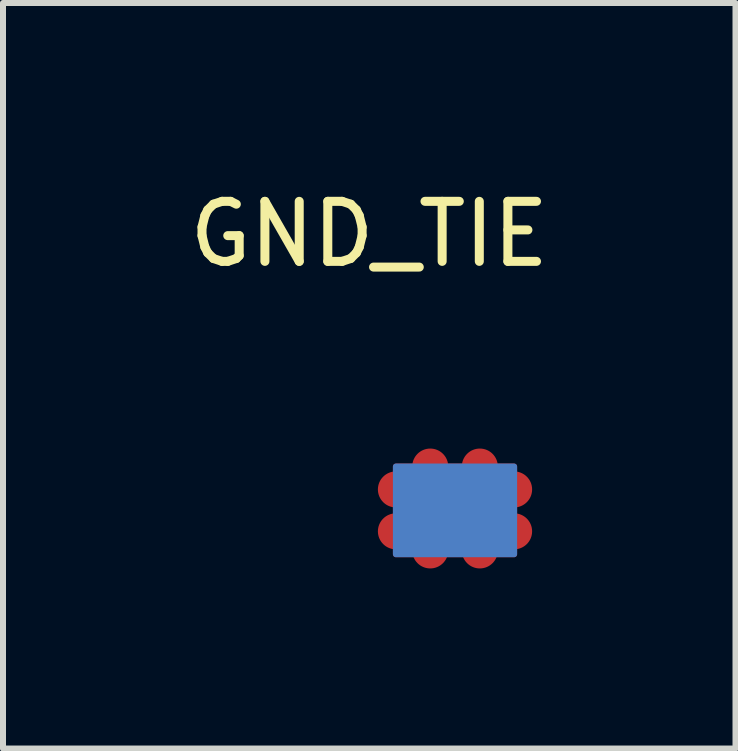
<source format=kicad_pcb>
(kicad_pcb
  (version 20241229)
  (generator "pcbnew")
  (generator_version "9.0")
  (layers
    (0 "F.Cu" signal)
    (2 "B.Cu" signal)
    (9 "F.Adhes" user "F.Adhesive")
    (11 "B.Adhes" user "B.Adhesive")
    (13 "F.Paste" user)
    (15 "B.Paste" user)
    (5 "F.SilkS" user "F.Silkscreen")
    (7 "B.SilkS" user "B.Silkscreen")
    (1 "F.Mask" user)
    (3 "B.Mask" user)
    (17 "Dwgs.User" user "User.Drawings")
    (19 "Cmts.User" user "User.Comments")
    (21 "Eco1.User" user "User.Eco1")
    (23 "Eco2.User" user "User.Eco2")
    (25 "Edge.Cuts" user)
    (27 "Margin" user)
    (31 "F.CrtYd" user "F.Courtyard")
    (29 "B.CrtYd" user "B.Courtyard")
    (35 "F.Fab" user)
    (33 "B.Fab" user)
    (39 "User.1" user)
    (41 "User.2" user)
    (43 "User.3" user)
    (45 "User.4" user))
  (footprint "GND_TIE"
    (layer "F.Cu")
    (at 4.117 4.722)
    (property "Reference" "GND_TIE" (at -1.016 -3.873 0) (layer "F.SilkS") (effects (font (size 1 1) (thickness 0.15))))
    (attr through_hole)
    (fp_poly (pts (xy 1.397 1.46) (xy -0.572 1.46) (xy -0.572 0) (xy 1.397 0)) (stroke (width 0.1) (type solid)) (fill yes) (layer "F.Cu"))
    (fp_poly (pts (xy 1.397 1.46) (xy -0.572 1.46) (xy -0.572 0) (xy 1.397 0)) (stroke (width 0.1) (type solid)) (fill yes) (layer "B.Cu"))
    (pad "1" smd circle (at -0.572 0.381) (size 0.6 0.6) (layers "F.Cu" "F.Mask" "F.Paste"))
    (pad "1" smd circle (at -0.572 1.079) (size 0.6 0.6) (layers "F.Cu" "F.Mask" "F.Paste"))
    (pad "1" smd circle (at 0 0) (size 0.6 0.6) (layers "F.Cu" "F.Mask" "F.Paste"))
    (pad "1" smd circle (at 0 0.699) (size 0.6 0.6) (layers "F.Cu" "F.Mask" "F.Paste"))
    (pad "1" smd circle (at 0 1.397) (size 0.6 0.6) (layers "F.Cu" "F.Mask" "F.Paste"))
    (pad "2" smd circle (at 0.826 0) (size 0.6 0.6) (layers "F.Cu" "F.Mask" "F.Paste"))
    (pad "2" smd circle (at 0.826 0.699) (size 0.6 0.6) (layers "F.Cu" "F.Mask" "F.Paste"))
    (pad "2" smd circle (at 0.826 1.397) (size 0.6 0.6) (layers "F.Cu" "F.Mask" "F.Paste"))
    (pad "2" smd circle (at 1.397 0.381) (size 0.6 0.6) (layers "F.Cu" "F.Mask" "F.Paste"))
    (pad "2" smd circle (at 1.397 1.079) (size 0.6 0.6) (layers "F.Cu" "F.Mask" "F.Paste")))
  (gr_rect
    (start -3 -3)
    (end 9.202 9.419)
    (stroke (width 0.1) (type default))
    (fill no)
    (layer "Edge.Cuts")))
</source>
